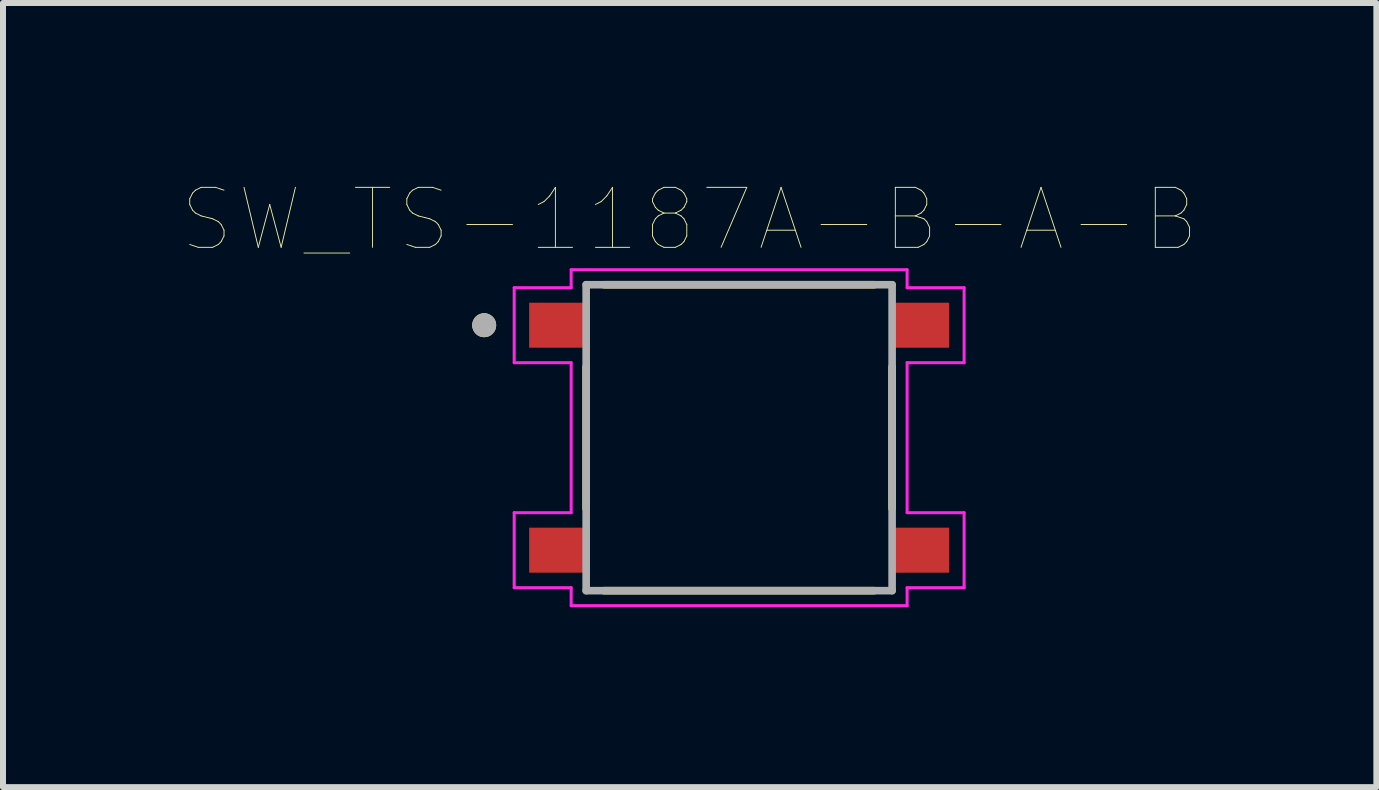
<source format=kicad_pcb>
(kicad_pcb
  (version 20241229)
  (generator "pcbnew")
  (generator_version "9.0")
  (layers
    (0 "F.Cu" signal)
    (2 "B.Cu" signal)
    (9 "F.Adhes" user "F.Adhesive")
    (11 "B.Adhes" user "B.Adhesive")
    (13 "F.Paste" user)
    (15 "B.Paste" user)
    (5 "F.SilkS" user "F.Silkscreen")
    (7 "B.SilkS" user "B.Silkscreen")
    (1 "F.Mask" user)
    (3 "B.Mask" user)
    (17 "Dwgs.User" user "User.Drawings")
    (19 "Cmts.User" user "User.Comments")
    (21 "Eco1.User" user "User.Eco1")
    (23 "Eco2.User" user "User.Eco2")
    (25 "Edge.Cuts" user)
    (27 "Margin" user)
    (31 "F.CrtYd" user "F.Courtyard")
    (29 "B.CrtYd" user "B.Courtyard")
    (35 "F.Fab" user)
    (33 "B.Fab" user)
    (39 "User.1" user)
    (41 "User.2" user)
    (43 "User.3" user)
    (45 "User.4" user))
  (footprint "SW_TS-1187A-B-A-B"
    (layer "F.Cu")
    (at 9.271 4.246)
    (property "Reference" "SW_TS-1187A-B-A-B" (at -0.825 -3.635 0) (layer "F.SilkS") (effects (font (size 1 1) (thickness 0.015))))
    (attr through_hole)
    (fp_line (start -2.55 -1.18) (end -2.55 1.18) (stroke (width 0.127) (type solid)) (layer "F.SilkS"))
    (fp_line (start 2.25 -2.55) (end -2.25 -2.55) (stroke (width 0.127) (type solid)) (layer "F.SilkS"))
    (fp_line (start 2.25 2.55) (end -2.25 2.55) (stroke (width 0.127) (type solid)) (layer "F.SilkS"))
    (fp_line (start 2.55 1.18) (end 2.55 -1.18) (stroke (width 0.127) (type solid)) (layer "F.SilkS"))
    (fp_circle (center -4.25 -1.875) (end -4.15 -1.875) (stroke (width 0.2) (type solid)) (fill no) (layer "F.SilkS"))
    (fp_line (start -3.75 -2.5) (end -3.75 -1.25) (stroke (width 0.05) (type solid)) (layer "F.CrtYd"))
    (fp_line (start -3.75 -2.5) (end -2.8 -2.5) (stroke (width 0.05) (type solid)) (layer "F.CrtYd"))
    (fp_line (start -3.75 -1.25) (end -2.8 -1.25) (stroke (width 0.05) (type solid)) (layer "F.CrtYd"))
    (fp_line (start -3.75 1.25) (end -2.8 1.25) (stroke (width 0.05) (type solid)) (layer "F.CrtYd"))
    (fp_line (start -3.75 2.5) (end -3.75 1.25) (stroke (width 0.05) (type solid)) (layer "F.CrtYd"))
    (fp_line (start -3.75 2.5) (end -2.8 2.5) (stroke (width 0.05) (type solid)) (layer "F.CrtYd"))
    (fp_line (start -2.8 -2.8) (end -2.8 -2.5) (stroke (width 0.05) (type solid)) (layer "F.CrtYd"))
    (fp_line (start -2.8 -1.25) (end -2.8 1.25) (stroke (width 0.05) (type solid)) (layer "F.CrtYd"))
    (fp_line (start -2.8 2.8) (end -2.8 2.5) (stroke (width 0.05) (type solid)) (layer "F.CrtYd"))
    (fp_line (start -2.8 2.8) (end 2.8 2.8) (stroke (width 0.05) (type solid)) (layer "F.CrtYd"))
    (fp_line (start 2.8 -2.8) (end -2.8 -2.8) (stroke (width 0.05) (type solid)) (layer "F.CrtYd"))
    (fp_line (start 2.8 -2.8) (end 2.8 -2.5) (stroke (width 0.05) (type solid)) (layer "F.CrtYd"))
    (fp_line (start 2.8 -1.25) (end 2.8 1.25) (stroke (width 0.05) (type solid)) (layer "F.CrtYd"))
    (fp_line (start 2.8 2.8) (end 2.8 2.5) (stroke (width 0.05) (type solid)) (layer "F.CrtYd"))
    (fp_line (start 3.75 -2.5) (end 2.8 -2.5) (stroke (width 0.05) (type solid)) (layer "F.CrtYd"))
    (fp_line (start 3.75 -2.5) (end 3.75 -1.25) (stroke (width 0.05) (type solid)) (layer "F.CrtYd"))
    (fp_line (start 3.75 -1.25) (end 2.8 -1.25) (stroke (width 0.05) (type solid)) (layer "F.CrtYd"))
    (fp_line (start 3.75 1.25) (end 2.8 1.25) (stroke (width 0.05) (type solid)) (layer "F.CrtYd"))
    (fp_line (start 3.75 2.5) (end 2.8 2.5) (stroke (width 0.05) (type solid)) (layer "F.CrtYd"))
    (fp_line (start 3.75 2.5) (end 3.75 1.25) (stroke (width 0.05) (type solid)) (layer "F.CrtYd"))
    (fp_line (start -2.55 -2.55) (end -2.55 2.55) (stroke (width 0.127) (type solid)) (layer "F.Fab"))
    (fp_line (start -2.55 2.55) (end 2.55 2.55) (stroke (width 0.127) (type solid)) (layer "F.Fab"))
    (fp_line (start 2.55 -2.55) (end -2.55 -2.55) (stroke (width 0.127) (type solid)) (layer "F.Fab"))
    (fp_line (start 2.55 2.55) (end 2.55 -2.55) (stroke (width 0.127) (type solid)) (layer "F.Fab"))
    (fp_circle (center -4.25 -1.875) (end -4.15 -1.875) (stroke (width 0.2) (type solid)) (fill no) (layer "F.Fab"))
    (pad "A" smd rect (at -3 -1.875) (size 1 0.75) (layers "F.Cu" "F.Mask" "F.Paste"))
    (pad "B" smd rect (at 3 -1.875) (size 1 0.75) (layers "F.Cu" "F.Mask" "F.Paste"))
    (pad "C" smd rect (at -3 1.875) (size 1 0.75) (layers "F.Cu" "F.Mask" "F.Paste"))
    (pad "D" smd rect (at 3 1.875) (size 1 0.75) (layers "F.Cu" "F.Mask" "F.Paste")))
  (gr_rect
    (start -3 -3)
    (end 19.893 10.071)
    (stroke (width 0.1) (type default))
    (fill no)
    (layer "Edge.Cuts")))
</source>
